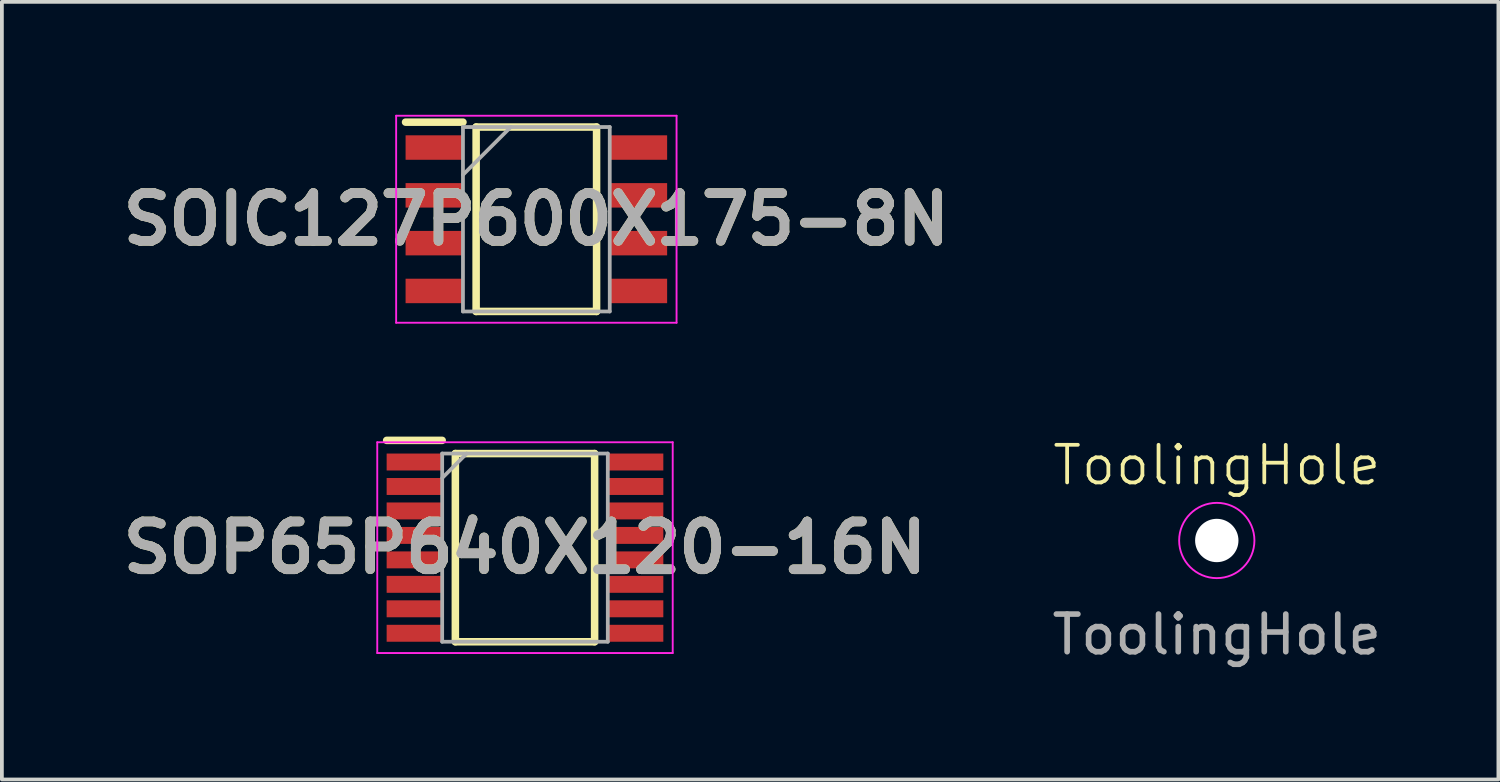
<source format=kicad_pcb>
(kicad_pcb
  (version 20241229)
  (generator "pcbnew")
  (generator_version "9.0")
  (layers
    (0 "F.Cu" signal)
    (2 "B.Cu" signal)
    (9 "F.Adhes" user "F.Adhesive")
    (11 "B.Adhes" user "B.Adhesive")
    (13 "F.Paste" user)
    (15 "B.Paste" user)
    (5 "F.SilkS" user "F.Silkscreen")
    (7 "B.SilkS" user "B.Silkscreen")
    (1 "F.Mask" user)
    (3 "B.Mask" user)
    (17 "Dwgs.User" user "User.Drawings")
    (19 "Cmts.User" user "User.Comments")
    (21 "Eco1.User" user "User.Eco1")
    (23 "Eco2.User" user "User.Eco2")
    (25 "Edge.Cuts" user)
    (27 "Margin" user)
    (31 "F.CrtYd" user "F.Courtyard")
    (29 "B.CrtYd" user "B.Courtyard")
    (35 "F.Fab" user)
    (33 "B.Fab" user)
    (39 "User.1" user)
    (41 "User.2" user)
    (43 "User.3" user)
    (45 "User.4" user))
  (footprint "SOIC127P600X175-8N"
    (layer "F.Cu")
    (at 11.2 2.775)
    (property "Reference" "SOIC127P600X175-8N" (at 0 0 0) (layer "F.SilkS") (effects (font (size 1.27 1.27) (thickness 0.254))))
    (attr smd)
    (fp_line (start -3.475 -2.58) (end -1.95 -2.58) (stroke (width 0.2) (type solid)) (layer "F.SilkS"))
    (fp_line (start -1.6 -2.45) (end 1.6 -2.45) (stroke (width 0.2) (type solid)) (layer "F.SilkS"))
    (fp_line (start -1.6 2.45) (end -1.6 -2.45) (stroke (width 0.2) (type solid)) (layer "F.SilkS"))
    (fp_line (start 1.6 -2.45) (end 1.6 2.45) (stroke (width 0.2) (type solid)) (layer "F.SilkS"))
    (fp_line (start 1.6 2.45) (end -1.6 2.45) (stroke (width 0.2) (type solid)) (layer "F.SilkS"))
    (fp_line (start -3.725 -2.75) (end 3.725 -2.75) (stroke (width 0.05) (type solid)) (layer "F.CrtYd"))
    (fp_line (start -3.725 2.75) (end -3.725 -2.75) (stroke (width 0.05) (type solid)) (layer "F.CrtYd"))
    (fp_line (start 3.725 -2.75) (end 3.725 2.75) (stroke (width 0.05) (type solid)) (layer "F.CrtYd"))
    (fp_line (start 3.725 2.75) (end -3.725 2.75) (stroke (width 0.05) (type solid)) (layer "F.CrtYd"))
    (fp_line (start -1.95 -2.45) (end 1.95 -2.45) (stroke (width 0.1) (type solid)) (layer "F.Fab"))
    (fp_line (start -1.95 -1.18) (end -0.68 -2.45) (stroke (width 0.1) (type solid)) (layer "F.Fab"))
    (fp_line (start -1.95 2.45) (end -1.95 -2.45) (stroke (width 0.1) (type solid)) (layer "F.Fab"))
    (fp_line (start 1.95 -2.45) (end 1.95 2.45) (stroke (width 0.1) (type solid)) (layer "F.Fab"))
    (fp_line (start 1.95 2.45) (end -1.95 2.45) (stroke (width 0.1) (type solid)) (layer "F.Fab"))
    (fp_text user "${REFERENCE}" (at 0 0 0) (layer "F.Fab") (effects (font (size 1.27 1.27) (thickness 0.254))))
    (pad "1" smd rect (at -2.712 -1.905 90) (size 0.65 1.525) (layers "F.Cu" "F.Mask" "F.Paste"))
    (pad "2" smd rect (at -2.712 -0.635 90) (size 0.65 1.525) (layers "F.Cu" "F.Mask" "F.Paste"))
    (pad "3" smd rect (at -2.712 0.635 90) (size 0.65 1.525) (layers "F.Cu" "F.Mask" "F.Paste"))
    (pad "4" smd rect (at -2.712 1.905 90) (size 0.65 1.525) (layers "F.Cu" "F.Mask" "F.Paste"))
    (pad "5" smd rect (at 2.712 1.905 90) (size 0.65 1.525) (layers "F.Cu" "F.Mask" "F.Paste"))
    (pad "6" smd rect (at 2.712 0.635 90) (size 0.65 1.525) (layers "F.Cu" "F.Mask" "F.Paste"))
    (pad "7" smd rect (at 2.712 -0.635 90) (size 0.65 1.525) (layers "F.Cu" "F.Mask" "F.Paste"))
    (pad "8" smd rect (at 2.712 -1.905 90) (size 0.65 1.525) (layers "F.Cu" "F.Mask" "F.Paste")))
  (footprint "ToolingHole"
    (layer "F.Cu")
    (at 29.278 11.31)
    (property "Reference" "ToolingHole" (at 0 -2 0) (unlocked yes) (layer "F.SilkS") (effects (font (size 1 1) (thickness 0.1))))
    (attr through_hole)
    (fp_circle (center 0 0) (end 1 0) (stroke (width 0.05) (type solid)) (fill no) (layer "F.CrtYd"))
    (fp_text user "${REFERENCE}" (at 0 2.5 0) (unlocked yes) (layer "F.Fab") (effects (font (size 1 1) (thickness 0.15))))
    (pad "" np_thru_hole circle (at 0 0) (size 1.152 1.152) (drill 1.152) (layers "*.Cu" "*.Mask")))
  (footprint "SOP65P640X120-16N"
    (layer "F.Cu")
    (at 10.898 11.5)
    (property "Reference" "SOP65P640X120-16N" (at 0 0 0) (layer "F.SilkS") (effects (font (size 1.27 1.27) (thickness 0.254))))
    (attr smd)
    (fp_line (start -3.675 -2.85) (end -2.2 -2.85) (stroke (width 0.2) (type solid)) (layer "F.SilkS"))
    (fp_line (start -1.85 -2.5) (end 1.85 -2.5) (stroke (width 0.2) (type solid)) (layer "F.SilkS"))
    (fp_line (start -1.85 2.5) (end -1.85 -2.5) (stroke (width 0.2) (type solid)) (layer "F.SilkS"))
    (fp_line (start 1.85 -2.5) (end 1.85 2.5) (stroke (width 0.2) (type solid)) (layer "F.SilkS"))
    (fp_line (start 1.85 2.5) (end -1.85 2.5) (stroke (width 0.2) (type solid)) (layer "F.SilkS"))
    (fp_line (start -3.925 -2.8) (end 3.925 -2.8) (stroke (width 0.05) (type solid)) (layer "F.CrtYd"))
    (fp_line (start -3.925 2.8) (end -3.925 -2.8) (stroke (width 0.05) (type solid)) (layer "F.CrtYd"))
    (fp_line (start 3.925 -2.8) (end 3.925 2.8) (stroke (width 0.05) (type solid)) (layer "F.CrtYd"))
    (fp_line (start 3.925 2.8) (end -3.925 2.8) (stroke (width 0.05) (type solid)) (layer "F.CrtYd"))
    (fp_line (start -2.2 -2.5) (end 2.2 -2.5) (stroke (width 0.1) (type solid)) (layer "F.Fab"))
    (fp_line (start -2.2 -1.85) (end -1.55 -2.5) (stroke (width 0.1) (type solid)) (layer "F.Fab"))
    (fp_line (start -2.2 2.5) (end -2.2 -2.5) (stroke (width 0.1) (type solid)) (layer "F.Fab"))
    (fp_line (start 2.2 -2.5) (end 2.2 2.5) (stroke (width 0.1) (type solid)) (layer "F.Fab"))
    (fp_line (start 2.2 2.5) (end -2.2 2.5) (stroke (width 0.1) (type solid)) (layer "F.Fab"))
    (fp_text user "${REFERENCE}" (at 0 0 0) (layer "F.Fab") (effects (font (size 1.27 1.27) (thickness 0.254))))
    (pad "1" smd rect (at -2.938 -2.275 90) (size 0.45 1.475) (layers "F.Cu" "F.Mask" "F.Paste"))
    (pad "2" smd rect (at -2.938 -1.625 90) (size 0.45 1.475) (layers "F.Cu" "F.Mask" "F.Paste"))
    (pad "3" smd rect (at -2.938 -0.975 90) (size 0.45 1.475) (layers "F.Cu" "F.Mask" "F.Paste"))
    (pad "4" smd rect (at -2.938 -0.325 90) (size 0.45 1.475) (layers "F.Cu" "F.Mask" "F.Paste"))
    (pad "5" smd rect (at -2.938 0.325 90) (size 0.45 1.475) (layers "F.Cu" "F.Mask" "F.Paste"))
    (pad "6" smd rect (at -2.938 0.975 90) (size 0.45 1.475) (layers "F.Cu" "F.Mask" "F.Paste"))
    (pad "7" smd rect (at -2.938 1.625 90) (size 0.45 1.475) (layers "F.Cu" "F.Mask" "F.Paste"))
    (pad "8" smd rect (at -2.938 2.275 90) (size 0.45 1.475) (layers "F.Cu" "F.Mask" "F.Paste"))
    (pad "9" smd rect (at 2.938 2.275 90) (size 0.45 1.475) (layers "F.Cu" "F.Mask" "F.Paste"))
    (pad "10" smd rect (at 2.938 1.625 90) (size 0.45 1.475) (layers "F.Cu" "F.Mask" "F.Paste"))
    (pad "11" smd rect (at 2.938 0.975 90) (size 0.45 1.475) (layers "F.Cu" "F.Mask" "F.Paste"))
    (pad "12" smd rect (at 2.938 0.325 90) (size 0.45 1.475) (layers "F.Cu" "F.Mask" "F.Paste"))
    (pad "13" smd rect (at 2.938 -0.325 90) (size 0.45 1.475) (layers "F.Cu" "F.Mask" "F.Paste"))
    (pad "14" smd rect (at 2.938 -0.975 90) (size 0.45 1.475) (layers "F.Cu" "F.Mask" "F.Paste"))
    (pad "15" smd rect (at 2.938 -1.625 90) (size 0.45 1.475) (layers "F.Cu" "F.Mask" "F.Paste"))
    (pad "16" smd rect (at 2.938 -2.275 90) (size 0.45 1.475) (layers "F.Cu" "F.Mask" "F.Paste")))
  (gr_rect
    (start -3 -3)
    (end 36.76 17.659)
    (stroke (width 0.1) (type default))
    (fill no)
    (layer "Edge.Cuts")))
</source>
